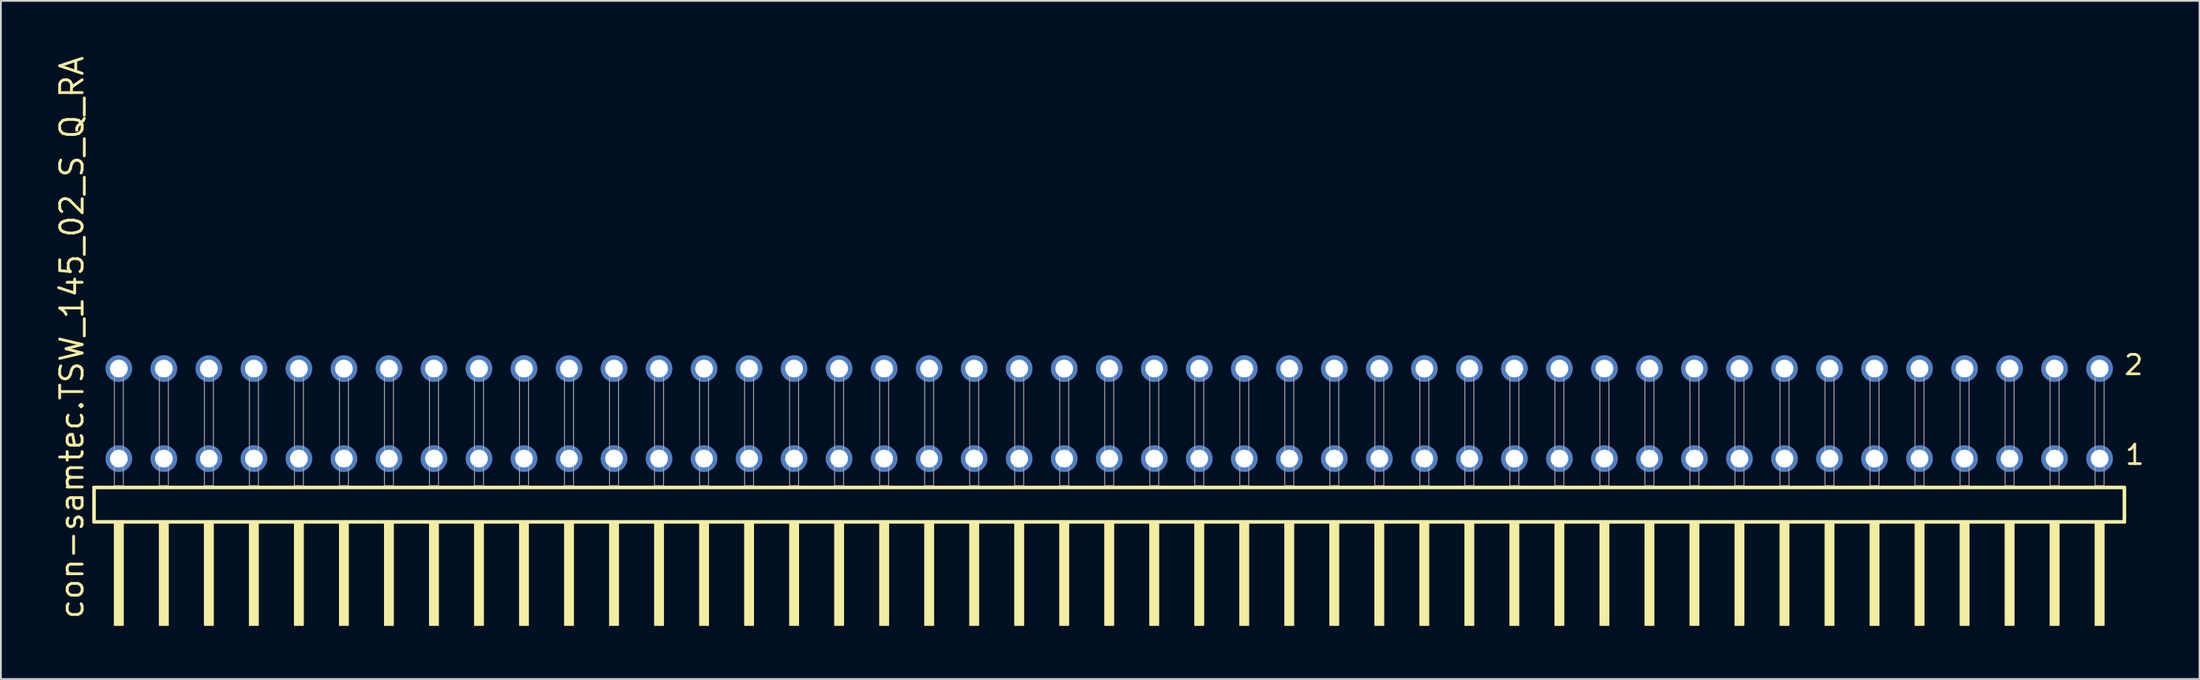
<source format=kicad_pcb>
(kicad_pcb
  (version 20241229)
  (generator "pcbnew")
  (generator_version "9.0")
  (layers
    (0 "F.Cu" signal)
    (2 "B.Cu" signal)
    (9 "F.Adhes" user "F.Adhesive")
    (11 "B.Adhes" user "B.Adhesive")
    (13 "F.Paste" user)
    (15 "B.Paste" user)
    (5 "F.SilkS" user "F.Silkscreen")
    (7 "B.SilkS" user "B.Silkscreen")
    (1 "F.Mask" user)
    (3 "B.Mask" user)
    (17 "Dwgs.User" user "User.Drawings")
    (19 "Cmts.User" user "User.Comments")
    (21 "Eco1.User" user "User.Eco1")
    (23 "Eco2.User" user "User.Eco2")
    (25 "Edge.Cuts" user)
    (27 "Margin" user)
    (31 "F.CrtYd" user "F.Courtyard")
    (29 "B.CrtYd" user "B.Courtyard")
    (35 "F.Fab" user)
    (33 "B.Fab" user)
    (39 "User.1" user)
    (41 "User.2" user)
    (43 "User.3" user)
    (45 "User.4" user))
  (footprint "con-samtec.TSW_145_02_S_Q_RA"
    (layer "F.Cu")
    (at 59.535 24.356)
    (property "Reference" "con-samtec.TSW_145_02_S_Q_RA" (at -57.785 7.62 90) (layer "F.SilkS") (effects (font (size 1.27 1.27) (thickness 0.16)) (justify left bottom)))
    (attr through_hole)
    (fp_line (start -57.279 0.106) (end -57.279 2.046) (stroke (width 0.203) (type default)) (layer "F.SilkS"))
    (fp_line (start -57.279 2.046) (end 57.279 2.046) (stroke (width 0.203) (type default)) (layer "F.SilkS"))
    (fp_line (start 57.279 0.106) (end -57.279 0.106) (stroke (width 0.203) (type default)) (layer "F.SilkS"))
    (fp_line (start 57.279 2.046) (end 57.279 0.106) (stroke (width 0.203) (type default)) (layer "F.SilkS"))
    (fp_rect (start -56.134 7.89) (end -55.626 2.04) (stroke (width 0.05) (type default)) (fill yes) (layer "F.SilkS"))
    (fp_rect (start -53.594 7.89) (end -53.086 2.04) (stroke (width 0.05) (type default)) (fill yes) (layer "F.SilkS"))
    (fp_rect (start -51.054 7.89) (end -50.546 2.04) (stroke (width 0.05) (type default)) (fill yes) (layer "F.SilkS"))
    (fp_rect (start -48.514 7.89) (end -48.006 2.04) (stroke (width 0.05) (type default)) (fill yes) (layer "F.SilkS"))
    (fp_rect (start -45.974 7.89) (end -45.466 2.04) (stroke (width 0.05) (type default)) (fill yes) (layer "F.SilkS"))
    (fp_rect (start -43.434 7.89) (end -42.926 2.04) (stroke (width 0.05) (type default)) (fill yes) (layer "F.SilkS"))
    (fp_rect (start -40.894 7.89) (end -40.386 2.04) (stroke (width 0.05) (type default)) (fill yes) (layer "F.SilkS"))
    (fp_rect (start -38.354 7.89) (end -37.846 2.04) (stroke (width 0.05) (type default)) (fill yes) (layer "F.SilkS"))
    (fp_rect (start -35.814 7.89) (end -35.306 2.04) (stroke (width 0.05) (type default)) (fill yes) (layer "F.SilkS"))
    (fp_rect (start -33.274 7.89) (end -32.766 2.04) (stroke (width 0.05) (type default)) (fill yes) (layer "F.SilkS"))
    (fp_rect (start -30.734 7.89) (end -30.226 2.04) (stroke (width 0.05) (type default)) (fill yes) (layer "F.SilkS"))
    (fp_rect (start -28.194 7.89) (end -27.686 2.04) (stroke (width 0.05) (type default)) (fill yes) (layer "F.SilkS"))
    (fp_rect (start -25.654 7.89) (end -25.146 2.04) (stroke (width 0.05) (type default)) (fill yes) (layer "F.SilkS"))
    (fp_rect (start -23.114 7.89) (end -22.606 2.04) (stroke (width 0.05) (type default)) (fill yes) (layer "F.SilkS"))
    (fp_rect (start -20.574 7.89) (end -20.066 2.04) (stroke (width 0.05) (type default)) (fill yes) (layer "F.SilkS"))
    (fp_rect (start -18.034 7.89) (end -17.526 2.04) (stroke (width 0.05) (type default)) (fill yes) (layer "F.SilkS"))
    (fp_rect (start -15.494 7.89) (end -14.986 2.04) (stroke (width 0.05) (type default)) (fill yes) (layer "F.SilkS"))
    (fp_rect (start -12.954 7.89) (end -12.446 2.04) (stroke (width 0.05) (type default)) (fill yes) (layer "F.SilkS"))
    (fp_rect (start -10.414 7.89) (end -9.906 2.04) (stroke (width 0.05) (type default)) (fill yes) (layer "F.SilkS"))
    (fp_rect (start -7.874 7.89) (end -7.366 2.04) (stroke (width 0.05) (type default)) (fill yes) (layer "F.SilkS"))
    (fp_rect (start -5.334 7.89) (end -4.826 2.04) (stroke (width 0.05) (type default)) (fill yes) (layer "F.SilkS"))
    (fp_rect (start -2.794 7.89) (end -2.286 2.04) (stroke (width 0.05) (type default)) (fill yes) (layer "F.SilkS"))
    (fp_rect (start -0.254 7.89) (end 0.254 2.04) (stroke (width 0.05) (type default)) (fill yes) (layer "F.SilkS"))
    (fp_rect (start 2.286 7.89) (end 2.794 2.04) (stroke (width 0.05) (type default)) (fill yes) (layer "F.SilkS"))
    (fp_rect (start 4.826 7.89) (end 5.334 2.04) (stroke (width 0.05) (type default)) (fill yes) (layer "F.SilkS"))
    (fp_rect (start 7.366 7.89) (end 7.874 2.04) (stroke (width 0.05) (type default)) (fill yes) (layer "F.SilkS"))
    (fp_rect (start 9.906 7.89) (end 10.414 2.04) (stroke (width 0.05) (type default)) (fill yes) (layer "F.SilkS"))
    (fp_rect (start 12.446 7.89) (end 12.954 2.04) (stroke (width 0.05) (type default)) (fill yes) (layer "F.SilkS"))
    (fp_rect (start 14.986 7.89) (end 15.494 2.04) (stroke (width 0.05) (type default)) (fill yes) (layer "F.SilkS"))
    (fp_rect (start 17.526 7.89) (end 18.034 2.04) (stroke (width 0.05) (type default)) (fill yes) (layer "F.SilkS"))
    (fp_rect (start 20.066 7.89) (end 20.574 2.04) (stroke (width 0.05) (type default)) (fill yes) (layer "F.SilkS"))
    (fp_rect (start 22.606 7.89) (end 23.114 2.04) (stroke (width 0.05) (type default)) (fill yes) (layer "F.SilkS"))
    (fp_rect (start 25.146 7.89) (end 25.654 2.04) (stroke (width 0.05) (type default)) (fill yes) (layer "F.SilkS"))
    (fp_rect (start 27.686 7.89) (end 28.194 2.04) (stroke (width 0.05) (type default)) (fill yes) (layer "F.SilkS"))
    (fp_rect (start 30.226 7.89) (end 30.734 2.04) (stroke (width 0.05) (type default)) (fill yes) (layer "F.SilkS"))
    (fp_rect (start 32.766 7.89) (end 33.274 2.04) (stroke (width 0.05) (type default)) (fill yes) (layer "F.SilkS"))
    (fp_rect (start 35.306 7.89) (end 35.814 2.04) (stroke (width 0.05) (type default)) (fill yes) (layer "F.SilkS"))
    (fp_rect (start 37.846 7.89) (end 38.354 2.04) (stroke (width 0.05) (type default)) (fill yes) (layer "F.SilkS"))
    (fp_rect (start 40.386 7.89) (end 40.894 2.04) (stroke (width 0.05) (type default)) (fill yes) (layer "F.SilkS"))
    (fp_rect (start 42.926 7.89) (end 43.434 2.04) (stroke (width 0.05) (type default)) (fill yes) (layer "F.SilkS"))
    (fp_rect (start 45.466 7.89) (end 45.974 2.04) (stroke (width 0.05) (type default)) (fill yes) (layer "F.SilkS"))
    (fp_rect (start 48.006 7.89) (end 48.514 2.04) (stroke (width 0.05) (type default)) (fill yes) (layer "F.SilkS"))
    (fp_rect (start 50.546 7.89) (end 51.054 2.04) (stroke (width 0.05) (type default)) (fill yes) (layer "F.SilkS"))
    (fp_rect (start 53.086 7.89) (end 53.594 2.04) (stroke (width 0.05) (type default)) (fill yes) (layer "F.SilkS"))
    (fp_rect (start 55.626 7.89) (end 56.134 2.04) (stroke (width 0.05) (type default)) (fill yes) (layer "F.SilkS"))
    (fp_rect (start -56.134 0) (end -55.626 -6.858) (stroke (width 0.05) (type default)) (fill no) (layer "F.Fab"))
    (fp_rect (start -53.594 0) (end -53.086 -6.858) (stroke (width 0.05) (type default)) (fill no) (layer "F.Fab"))
    (fp_rect (start -51.054 0) (end -50.546 -6.858) (stroke (width 0.05) (type default)) (fill no) (layer "F.Fab"))
    (fp_rect (start -48.514 0) (end -48.006 -6.858) (stroke (width 0.05) (type default)) (fill no) (layer "F.Fab"))
    (fp_rect (start -45.974 0) (end -45.466 -6.858) (stroke (width 0.05) (type default)) (fill no) (layer "F.Fab"))
    (fp_rect (start -43.434 0) (end -42.926 -6.858) (stroke (width 0.05) (type default)) (fill no) (layer "F.Fab"))
    (fp_rect (start -40.894 0) (end -40.386 -6.858) (stroke (width 0.05) (type default)) (fill no) (layer "F.Fab"))
    (fp_rect (start -38.354 0) (end -37.846 -6.858) (stroke (width 0.05) (type default)) (fill no) (layer "F.Fab"))
    (fp_rect (start -35.814 0) (end -35.306 -6.858) (stroke (width 0.05) (type default)) (fill no) (layer "F.Fab"))
    (fp_rect (start -33.274 0) (end -32.766 -6.858) (stroke (width 0.05) (type default)) (fill no) (layer "F.Fab"))
    (fp_rect (start -30.734 0) (end -30.226 -6.858) (stroke (width 0.05) (type default)) (fill no) (layer "F.Fab"))
    (fp_rect (start -28.194 0) (end -27.686 -6.858) (stroke (width 0.05) (type default)) (fill no) (layer "F.Fab"))
    (fp_rect (start -25.654 0) (end -25.146 -6.858) (stroke (width 0.05) (type default)) (fill no) (layer "F.Fab"))
    (fp_rect (start -23.114 0) (end -22.606 -6.858) (stroke (width 0.05) (type default)) (fill no) (layer "F.Fab"))
    (fp_rect (start -20.574 0) (end -20.066 -6.858) (stroke (width 0.05) (type default)) (fill no) (layer "F.Fab"))
    (fp_rect (start -18.034 0) (end -17.526 -6.858) (stroke (width 0.05) (type default)) (fill no) (layer "F.Fab"))
    (fp_rect (start -15.494 0) (end -14.986 -6.858) (stroke (width 0.05) (type default)) (fill no) (layer "F.Fab"))
    (fp_rect (start -12.954 0) (end -12.446 -6.858) (stroke (width 0.05) (type default)) (fill no) (layer "F.Fab"))
    (fp_rect (start -10.414 0) (end -9.906 -6.858) (stroke (width 0.05) (type default)) (fill no) (layer "F.Fab"))
    (fp_rect (start -7.874 0) (end -7.366 -6.858) (stroke (width 0.05) (type default)) (fill no) (layer "F.Fab"))
    (fp_rect (start -5.334 0) (end -4.826 -6.858) (stroke (width 0.05) (type default)) (fill no) (layer "F.Fab"))
    (fp_rect (start -2.794 0) (end -2.286 -6.858) (stroke (width 0.05) (type default)) (fill no) (layer "F.Fab"))
    (fp_rect (start -0.254 0) (end 0.254 -6.858) (stroke (width 0.05) (type default)) (fill no) (layer "F.Fab"))
    (fp_rect (start 2.286 0) (end 2.794 -6.858) (stroke (width 0.05) (type default)) (fill no) (layer "F.Fab"))
    (fp_rect (start 4.826 0) (end 5.334 -6.858) (stroke (width 0.05) (type default)) (fill no) (layer "F.Fab"))
    (fp_rect (start 7.366 0) (end 7.874 -6.858) (stroke (width 0.05) (type default)) (fill no) (layer "F.Fab"))
    (fp_rect (start 9.906 0) (end 10.414 -6.858) (stroke (width 0.05) (type default)) (fill no) (layer "F.Fab"))
    (fp_rect (start 12.446 0) (end 12.954 -6.858) (stroke (width 0.05) (type default)) (fill no) (layer "F.Fab"))
    (fp_rect (start 14.986 0) (end 15.494 -6.858) (stroke (width 0.05) (type default)) (fill no) (layer "F.Fab"))
    (fp_rect (start 17.526 0) (end 18.034 -6.858) (stroke (width 0.05) (type default)) (fill no) (layer "F.Fab"))
    (fp_rect (start 20.066 0) (end 20.574 -6.858) (stroke (width 0.05) (type default)) (fill no) (layer "F.Fab"))
    (fp_rect (start 22.606 0) (end 23.114 -6.858) (stroke (width 0.05) (type default)) (fill no) (layer "F.Fab"))
    (fp_rect (start 25.146 0) (end 25.654 -6.858) (stroke (width 0.05) (type default)) (fill no) (layer "F.Fab"))
    (fp_rect (start 27.686 0) (end 28.194 -6.858) (stroke (width 0.05) (type default)) (fill no) (layer "F.Fab"))
    (fp_rect (start 30.226 0) (end 30.734 -6.858) (stroke (width 0.05) (type default)) (fill no) (layer "F.Fab"))
    (fp_rect (start 32.766 0) (end 33.274 -6.858) (stroke (width 0.05) (type default)) (fill no) (layer "F.Fab"))
    (fp_rect (start 35.306 0) (end 35.814 -6.858) (stroke (width 0.05) (type default)) (fill no) (layer "F.Fab"))
    (fp_rect (start 37.846 0) (end 38.354 -6.858) (stroke (width 0.05) (type default)) (fill no) (layer "F.Fab"))
    (fp_rect (start 40.386 0) (end 40.894 -6.858) (stroke (width 0.05) (type default)) (fill no) (layer "F.Fab"))
    (fp_rect (start 42.926 0) (end 43.434 -6.858) (stroke (width 0.05) (type default)) (fill no) (layer "F.Fab"))
    (fp_rect (start 45.466 0) (end 45.974 -6.858) (stroke (width 0.05) (type default)) (fill no) (layer "F.Fab"))
    (fp_rect (start 48.006 0) (end 48.514 -6.858) (stroke (width 0.05) (type default)) (fill no) (layer "F.Fab"))
    (fp_rect (start 50.546 0) (end 51.054 -6.858) (stroke (width 0.05) (type default)) (fill no) (layer "F.Fab"))
    (fp_rect (start 53.086 0) (end 53.594 -6.858) (stroke (width 0.05) (type default)) (fill no) (layer "F.Fab"))
    (fp_rect (start 55.626 0) (end 56.134 -6.858) (stroke (width 0.05) (type default)) (fill no) (layer "F.Fab"))
    (fp_text user "2" (at 57.18 -6.165 0) (layer "F.SilkS") (effects (font (size 1.1 1.1) (thickness 0.15)) (justify left bottom)))
    (fp_text user "1" (at 57.24 -1.1 0) (layer "F.SilkS") (effects (font (size 1.1 1.1) (thickness 0.15)) (justify left bottom)))
    (pad "1" thru_hole circle (at 55.88 -1.524 180) (size 1.5 1.5) (drill 1) (layers "*.Cu" "*.Mask"))
    (pad "2" thru_hole circle (at 55.88 -6.604 180) (size 1.5 1.5) (drill 1) (layers "*.Cu" "*.Mask"))
    (pad "3" thru_hole circle (at 53.34 -1.524 180) (size 1.5 1.5) (drill 1) (layers "*.Cu" "*.Mask"))
    (pad "4" thru_hole circle (at 53.34 -6.604 180) (size 1.5 1.5) (drill 1) (layers "*.Cu" "*.Mask"))
    (pad "5" thru_hole circle (at 50.8 -1.524 180) (size 1.5 1.5) (drill 1) (layers "*.Cu" "*.Mask"))
    (pad "6" thru_hole circle (at 50.8 -6.604 180) (size 1.5 1.5) (drill 1) (layers "*.Cu" "*.Mask"))
    (pad "7" thru_hole circle (at 48.26 -1.524 180) (size 1.5 1.5) (drill 1) (layers "*.Cu" "*.Mask"))
    (pad "8" thru_hole circle (at 48.26 -6.604 180) (size 1.5 1.5) (drill 1) (layers "*.Cu" "*.Mask"))
    (pad "9" thru_hole circle (at 45.72 -1.524 180) (size 1.5 1.5) (drill 1) (layers "*.Cu" "*.Mask"))
    (pad "10" thru_hole circle (at 45.72 -6.604 180) (size 1.5 1.5) (drill 1) (layers "*.Cu" "*.Mask"))
    (pad "11" thru_hole circle (at 43.18 -1.524 180) (size 1.5 1.5) (drill 1) (layers "*.Cu" "*.Mask"))
    (pad "12" thru_hole circle (at 43.18 -6.604 180) (size 1.5 1.5) (drill 1) (layers "*.Cu" "*.Mask"))
    (pad "13" thru_hole circle (at 40.64 -1.524 180) (size 1.5 1.5) (drill 1) (layers "*.Cu" "*.Mask"))
    (pad "14" thru_hole circle (at 40.64 -6.604 180) (size 1.5 1.5) (drill 1) (layers "*.Cu" "*.Mask"))
    (pad "15" thru_hole circle (at 38.1 -1.524 180) (size 1.5 1.5) (drill 1) (layers "*.Cu" "*.Mask"))
    (pad "16" thru_hole circle (at 38.1 -6.604 180) (size 1.5 1.5) (drill 1) (layers "*.Cu" "*.Mask"))
    (pad "17" thru_hole circle (at 35.56 -1.524 180) (size 1.5 1.5) (drill 1) (layers "*.Cu" "*.Mask"))
    (pad "18" thru_hole circle (at 35.56 -6.604 180) (size 1.5 1.5) (drill 1) (layers "*.Cu" "*.Mask"))
    (pad "19" thru_hole circle (at 33.02 -1.524 180) (size 1.5 1.5) (drill 1) (layers "*.Cu" "*.Mask"))
    (pad "20" thru_hole circle (at 33.02 -6.604 180) (size 1.5 1.5) (drill 1) (layers "*.Cu" "*.Mask"))
    (pad "21" thru_hole circle (at 30.48 -1.524 180) (size 1.5 1.5) (drill 1) (layers "*.Cu" "*.Mask"))
    (pad "22" thru_hole circle (at 30.48 -6.604 180) (size 1.5 1.5) (drill 1) (layers "*.Cu" "*.Mask"))
    (pad "23" thru_hole circle (at 27.94 -1.524 180) (size 1.5 1.5) (drill 1) (layers "*.Cu" "*.Mask"))
    (pad "24" thru_hole circle (at 27.94 -6.604 180) (size 1.5 1.5) (drill 1) (layers "*.Cu" "*.Mask"))
    (pad "25" thru_hole circle (at 25.4 -1.524 180) (size 1.5 1.5) (drill 1) (layers "*.Cu" "*.Mask"))
    (pad "26" thru_hole circle (at 25.4 -6.604 180) (size 1.5 1.5) (drill 1) (layers "*.Cu" "*.Mask"))
    (pad "27" thru_hole circle (at 22.86 -1.524 180) (size 1.5 1.5) (drill 1) (layers "*.Cu" "*.Mask"))
    (pad "28" thru_hole circle (at 22.86 -6.604 180) (size 1.5 1.5) (drill 1) (layers "*.Cu" "*.Mask"))
    (pad "29" thru_hole circle (at 20.32 -1.524 180) (size 1.5 1.5) (drill 1) (layers "*.Cu" "*.Mask"))
    (pad "30" thru_hole circle (at 20.32 -6.604 180) (size 1.5 1.5) (drill 1) (layers "*.Cu" "*.Mask"))
    (pad "31" thru_hole circle (at 17.78 -1.524 180) (size 1.5 1.5) (drill 1) (layers "*.Cu" "*.Mask"))
    (pad "32" thru_hole circle (at 17.78 -6.604 180) (size 1.5 1.5) (drill 1) (layers "*.Cu" "*.Mask"))
    (pad "33" thru_hole circle (at 15.24 -1.524 180) (size 1.5 1.5) (drill 1) (layers "*.Cu" "*.Mask"))
    (pad "34" thru_hole circle (at 15.24 -6.604 180) (size 1.5 1.5) (drill 1) (layers "*.Cu" "*.Mask"))
    (pad "35" thru_hole circle (at 12.7 -1.524 180) (size 1.5 1.5) (drill 1) (layers "*.Cu" "*.Mask"))
    (pad "36" thru_hole circle (at 12.7 -6.604 180) (size 1.5 1.5) (drill 1) (layers "*.Cu" "*.Mask"))
    (pad "37" thru_hole circle (at 10.16 -1.524 180) (size 1.5 1.5) (drill 1) (layers "*.Cu" "*.Mask"))
    (pad "38" thru_hole circle (at 10.16 -6.604 180) (size 1.5 1.5) (drill 1) (layers "*.Cu" "*.Mask"))
    (pad "39" thru_hole circle (at 7.62 -1.524 180) (size 1.5 1.5) (drill 1) (layers "*.Cu" "*.Mask"))
    (pad "40" thru_hole circle (at 7.62 -6.604 180) (size 1.5 1.5) (drill 1) (layers "*.Cu" "*.Mask"))
    (pad "41" thru_hole circle (at 5.08 -1.524 180) (size 1.5 1.5) (drill 1) (layers "*.Cu" "*.Mask"))
    (pad "42" thru_hole circle (at 5.08 -6.604 180) (size 1.5 1.5) (drill 1) (layers "*.Cu" "*.Mask"))
    (pad "43" thru_hole circle (at 2.54 -1.524 180) (size 1.5 1.5) (drill 1) (layers "*.Cu" "*.Mask"))
    (pad "44" thru_hole circle (at 2.54 -6.604 180) (size 1.5 1.5) (drill 1) (layers "*.Cu" "*.Mask"))
    (pad "45" thru_hole circle (at 0 -1.524 180) (size 1.5 1.5) (drill 1) (layers "*.Cu" "*.Mask"))
    (pad "46" thru_hole circle (at 0 -6.604 180) (size 1.5 1.5) (drill 1) (layers "*.Cu" "*.Mask"))
    (pad "47" thru_hole circle (at -2.54 -1.524 180) (size 1.5 1.5) (drill 1) (layers "*.Cu" "*.Mask"))
    (pad "48" thru_hole circle (at -2.54 -6.604 180) (size 1.5 1.5) (drill 1) (layers "*.Cu" "*.Mask"))
    (pad "49" thru_hole circle (at -5.08 -1.524 180) (size 1.5 1.5) (drill 1) (layers "*.Cu" "*.Mask"))
    (pad "50" thru_hole circle (at -5.08 -6.604 180) (size 1.5 1.5) (drill 1) (layers "*.Cu" "*.Mask"))
    (pad "51" thru_hole circle (at -7.62 -1.524 180) (size 1.5 1.5) (drill 1) (layers "*.Cu" "*.Mask"))
    (pad "52" thru_hole circle (at -7.62 -6.604 180) (size 1.5 1.5) (drill 1) (layers "*.Cu" "*.Mask"))
    (pad "53" thru_hole circle (at -10.16 -1.524 180) (size 1.5 1.5) (drill 1) (layers "*.Cu" "*.Mask"))
    (pad "54" thru_hole circle (at -10.16 -6.604 180) (size 1.5 1.5) (drill 1) (layers "*.Cu" "*.Mask"))
    (pad "55" thru_hole circle (at -12.7 -1.524 180) (size 1.5 1.5) (drill 1) (layers "*.Cu" "*.Mask"))
    (pad "56" thru_hole circle (at -12.7 -6.604 180) (size 1.5 1.5) (drill 1) (layers "*.Cu" "*.Mask"))
    (pad "57" thru_hole circle (at -15.24 -1.524 180) (size 1.5 1.5) (drill 1) (layers "*.Cu" "*.Mask"))
    (pad "58" thru_hole circle (at -15.24 -6.604 180) (size 1.5 1.5) (drill 1) (layers "*.Cu" "*.Mask"))
    (pad "59" thru_hole circle (at -17.78 -1.524 180) (size 1.5 1.5) (drill 1) (layers "*.Cu" "*.Mask"))
    (pad "60" thru_hole circle (at -17.78 -6.604 180) (size 1.5 1.5) (drill 1) (layers "*.Cu" "*.Mask"))
    (pad "61" thru_hole circle (at -20.32 -1.524 180) (size 1.5 1.5) (drill 1) (layers "*.Cu" "*.Mask"))
    (pad "62" thru_hole circle (at -20.32 -6.604 180) (size 1.5 1.5) (drill 1) (layers "*.Cu" "*.Mask"))
    (pad "63" thru_hole circle (at -22.86 -1.524 180) (size 1.5 1.5) (drill 1) (layers "*.Cu" "*.Mask"))
    (pad "64" thru_hole circle (at -22.86 -6.604 180) (size 1.5 1.5) (drill 1) (layers "*.Cu" "*.Mask"))
    (pad "65" thru_hole circle (at -25.4 -1.524 180) (size 1.5 1.5) (drill 1) (layers "*.Cu" "*.Mask"))
    (pad "66" thru_hole circle (at -25.4 -6.604 180) (size 1.5 1.5) (drill 1) (layers "*.Cu" "*.Mask"))
    (pad "67" thru_hole circle (at -27.94 -1.524 180) (size 1.5 1.5) (drill 1) (layers "*.Cu" "*.Mask"))
    (pad "68" thru_hole circle (at -27.94 -6.604 180) (size 1.5 1.5) (drill 1) (layers "*.Cu" "*.Mask"))
    (pad "69" thru_hole circle (at -30.48 -1.524 180) (size 1.5 1.5) (drill 1) (layers "*.Cu" "*.Mask"))
    (pad "70" thru_hole circle (at -30.48 -6.604 180) (size 1.5 1.5) (drill 1) (layers "*.Cu" "*.Mask"))
    (pad "71" thru_hole circle (at -33.02 -1.524 180) (size 1.5 1.5) (drill 1) (layers "*.Cu" "*.Mask"))
    (pad "72" thru_hole circle (at -33.02 -6.604 180) (size 1.5 1.5) (drill 1) (layers "*.Cu" "*.Mask"))
    (pad "73" thru_hole circle (at -35.56 -1.524 180) (size 1.5 1.5) (drill 1) (layers "*.Cu" "*.Mask"))
    (pad "74" thru_hole circle (at -35.56 -6.604 180) (size 1.5 1.5) (drill 1) (layers "*.Cu" "*.Mask"))
    (pad "75" thru_hole circle (at -38.1 -1.524 180) (size 1.5 1.5) (drill 1) (layers "*.Cu" "*.Mask"))
    (pad "76" thru_hole circle (at -38.1 -6.604 180) (size 1.5 1.5) (drill 1) (layers "*.Cu" "*.Mask"))
    (pad "77" thru_hole circle (at -40.64 -1.524 180) (size 1.5 1.5) (drill 1) (layers "*.Cu" "*.Mask"))
    (pad "78" thru_hole circle (at -40.64 -6.604 180) (size 1.5 1.5) (drill 1) (layers "*.Cu" "*.Mask"))
    (pad "79" thru_hole circle (at -43.18 -1.524 180) (size 1.5 1.5) (drill 1) (layers "*.Cu" "*.Mask"))
    (pad "80" thru_hole circle (at -43.18 -6.604 180) (size 1.5 1.5) (drill 1) (layers "*.Cu" "*.Mask"))
    (pad "81" thru_hole circle (at -45.72 -1.524 180) (size 1.5 1.5) (drill 1) (layers "*.Cu" "*.Mask"))
    (pad "82" thru_hole circle (at -45.72 -6.604 180) (size 1.5 1.5) (drill 1) (layers "*.Cu" "*.Mask"))
    (pad "83" thru_hole circle (at -48.26 -1.524 180) (size 1.5 1.5) (drill 1) (layers "*.Cu" "*.Mask"))
    (pad "84" thru_hole circle (at -48.26 -6.604 180) (size 1.5 1.5) (drill 1) (layers "*.Cu" "*.Mask"))
    (pad "85" thru_hole circle (at -50.8 -1.524 180) (size 1.5 1.5) (drill 1) (layers "*.Cu" "*.Mask"))
    (pad "86" thru_hole circle (at -50.8 -6.604 180) (size 1.5 1.5) (drill 1) (layers "*.Cu" "*.Mask"))
    (pad "87" thru_hole circle (at -53.34 -1.524 180) (size 1.5 1.5) (drill 1) (layers "*.Cu" "*.Mask"))
    (pad "88" thru_hole circle (at -53.34 -6.604 180) (size 1.5 1.5) (drill 1) (layers "*.Cu" "*.Mask"))
    (pad "89" thru_hole circle (at -55.88 -1.524 180) (size 1.5 1.5) (drill 1) (layers "*.Cu" "*.Mask"))
    (pad "90" thru_hole circle (at -55.88 -6.604 180) (size 1.5 1.5) (drill 1) (layers "*.Cu" "*.Mask")))
  (gr_rect
    (start -3 -3)
    (end 121.053 35.271)
    (stroke (width 0.1) (type default))
    (fill no)
    (layer "Edge.Cuts")))
</source>
